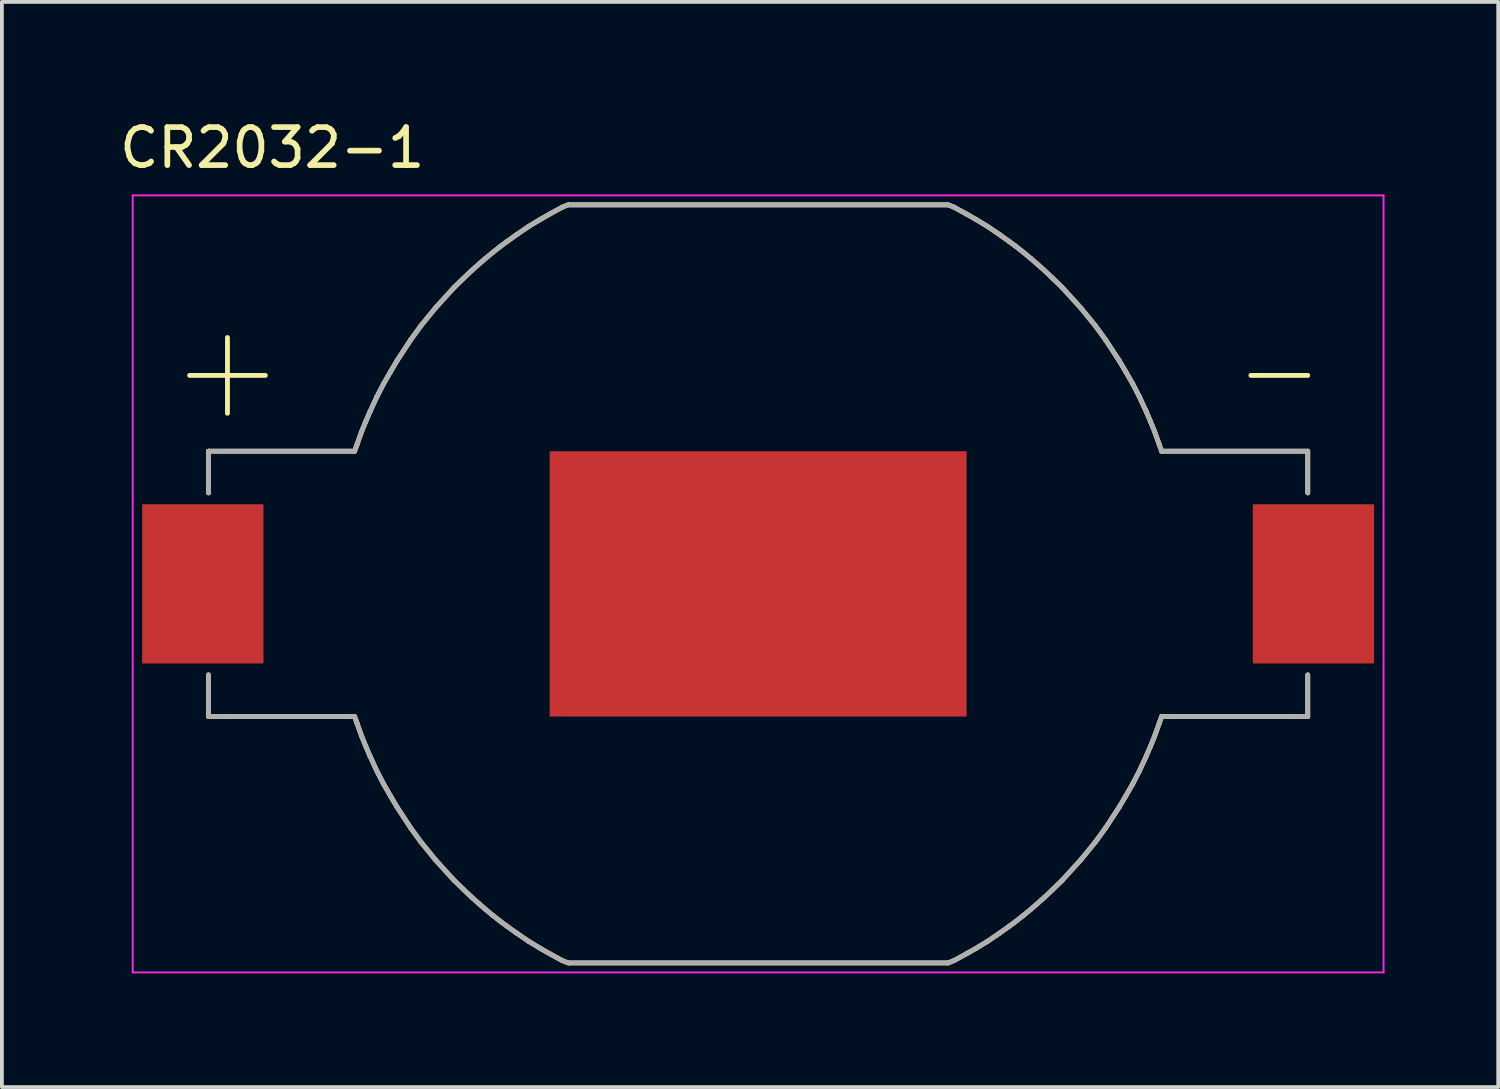
<source format=kicad_pcb>
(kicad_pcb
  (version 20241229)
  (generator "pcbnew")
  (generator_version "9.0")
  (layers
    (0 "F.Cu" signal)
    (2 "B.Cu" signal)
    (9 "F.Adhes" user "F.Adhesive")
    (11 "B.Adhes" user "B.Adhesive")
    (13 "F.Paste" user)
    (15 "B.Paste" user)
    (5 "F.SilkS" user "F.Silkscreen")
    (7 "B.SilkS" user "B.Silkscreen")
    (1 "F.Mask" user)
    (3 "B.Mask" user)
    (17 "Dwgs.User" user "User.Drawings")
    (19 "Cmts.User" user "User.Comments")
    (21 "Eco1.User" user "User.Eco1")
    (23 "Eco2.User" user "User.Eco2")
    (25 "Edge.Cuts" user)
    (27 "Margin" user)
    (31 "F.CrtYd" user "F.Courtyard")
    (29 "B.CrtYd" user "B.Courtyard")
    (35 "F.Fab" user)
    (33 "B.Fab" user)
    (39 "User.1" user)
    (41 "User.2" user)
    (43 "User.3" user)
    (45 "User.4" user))
  (footprint "CR2032-1"
    (layer "F.Cu")
    (at 16.951 12.354)
    (property "Reference" "CR2032-1" (at -12.819 -11.504 0) (layer "F.SilkS") (effects (font (size 1.002 1.002) (thickness 0.15))))
    (attr smd)
    (fp_poly (pts (xy -5.5 -3.5) (xy 5.5 -3.5) (xy 5.5 3.5) (xy -5.5 3.5)) (stroke (width 0.000009) (type solid)) (fill yes) (layer "F.Cu"))
    (fp_poly (pts (xy -5.6 -3.6) (xy 5.6 -3.6) (xy 5.6 3.6) (xy -5.6 3.6)) (stroke (width 0.000009) (type solid)) (fill yes) (layer "F.Mask"))
    (fp_line (start -15 -5.5) (end -13 -5.5) (stroke (width 0.127) (type solid)) (layer "F.SilkS"))
    (fp_line (start -14.5 -3.5) (end -10.645 -3.5) (stroke (width 0.127) (type solid)) (layer "F.SilkS"))
    (fp_line (start -14.5 -2.4) (end -14.5 -3.5) (stroke (width 0.127) (type solid)) (layer "F.SilkS"))
    (fp_line (start -14.5 2.4) (end -14.5 3.5) (stroke (width 0.127) (type solid)) (layer "F.SilkS"))
    (fp_line (start -14.5 3.5) (end -10.645 3.5) (stroke (width 0.127) (type solid)) (layer "F.SilkS"))
    (fp_line (start -14 -6.5) (end -14 -4.5) (stroke (width 0.127) (type solid)) (layer "F.SilkS"))
    (fp_line (start -10.645 -3.5) (end -10.581 -3.681) (stroke (width 0.127) (type solid)) (layer "F.SilkS"))
    (fp_line (start -10.645 3.5) (end -10.581 3.681) (stroke (width 0.127) (type solid)) (layer "F.SilkS"))
    (fp_line (start -10.581 -3.681) (end -10.458 -4.024) (stroke (width 0.127) (type solid)) (layer "F.SilkS"))
    (fp_line (start -10.581 3.681) (end -10.458 4.024) (stroke (width 0.127) (type solid)) (layer "F.SilkS"))
    (fp_line (start -10.458 -4.024) (end -10.35 -4.287) (stroke (width 0.127) (type solid)) (layer "F.SilkS"))
    (fp_line (start -10.458 4.024) (end -10.35 4.287) (stroke (width 0.127) (type solid)) (layer "F.SilkS"))
    (fp_line (start -10.35 -4.287) (end -10.242 -4.538) (stroke (width 0.127) (type solid)) (layer "F.SilkS"))
    (fp_line (start -10.35 4.287) (end -10.242 4.538) (stroke (width 0.127) (type solid)) (layer "F.SilkS"))
    (fp_line (start -10.242 -4.538) (end -10.058 -4.937) (stroke (width 0.127) (type solid)) (layer "F.SilkS"))
    (fp_line (start -10.242 4.538) (end -10.058 4.937) (stroke (width 0.127) (type solid)) (layer "F.SilkS"))
    (fp_line (start -10.058 -4.937) (end -9.88 -5.282) (stroke (width 0.127) (type solid)) (layer "F.SilkS"))
    (fp_line (start -10.058 4.937) (end -9.88 5.282) (stroke (width 0.127) (type solid)) (layer "F.SilkS"))
    (fp_line (start -9.88 -5.282) (end -9.7 -5.594) (stroke (width 0.127) (type solid)) (layer "F.SilkS"))
    (fp_line (start -9.88 5.282) (end -9.7 5.594) (stroke (width 0.127) (type solid)) (layer "F.SilkS"))
    (fp_line (start -9.7 -5.594) (end -9.524 -5.892) (stroke (width 0.127) (type solid)) (layer "F.SilkS"))
    (fp_line (start -9.7 5.594) (end -9.524 5.892) (stroke (width 0.127) (type solid)) (layer "F.SilkS"))
    (fp_line (start -9.524 -5.892) (end -9.168 -6.436) (stroke (width 0.127) (type solid)) (layer "F.SilkS"))
    (fp_line (start -9.524 5.892) (end -9.168 6.436) (stroke (width 0.127) (type solid)) (layer "F.SilkS"))
    (fp_line (start -9.168 -6.436) (end -8.897 -6.809) (stroke (width 0.127) (type solid)) (layer "F.SilkS"))
    (fp_line (start -9.168 6.436) (end -8.897 6.809) (stroke (width 0.127) (type solid)) (layer "F.SilkS"))
    (fp_line (start -8.897 -6.809) (end -8.516 -7.277) (stroke (width 0.127) (type solid)) (layer "F.SilkS"))
    (fp_line (start -8.897 6.809) (end -8.516 7.277) (stroke (width 0.127) (type solid)) (layer "F.SilkS"))
    (fp_line (start -8.516 -7.277) (end -8.022 -7.82) (stroke (width 0.127) (type solid)) (layer "F.SilkS"))
    (fp_line (start -8.516 7.277) (end -8.022 7.82) (stroke (width 0.127) (type solid)) (layer "F.SilkS"))
    (fp_line (start -8.022 -7.82) (end -7.774 -8.061) (stroke (width 0.127) (type solid)) (layer "F.SilkS"))
    (fp_line (start -8.022 7.82) (end -7.774 8.061) (stroke (width 0.127) (type solid)) (layer "F.SilkS"))
    (fp_line (start -7.774 -8.061) (end -7.55 -8.273) (stroke (width 0.127) (type solid)) (layer "F.SilkS"))
    (fp_line (start -7.774 8.061) (end -7.55 8.273) (stroke (width 0.127) (type solid)) (layer "F.SilkS"))
    (fp_line (start -7.55 -8.273) (end -7.354 -8.447) (stroke (width 0.127) (type solid)) (layer "F.SilkS"))
    (fp_line (start -7.55 8.273) (end -7.354 8.447) (stroke (width 0.127) (type solid)) (layer "F.SilkS"))
    (fp_line (start -7.354 -8.447) (end -7.193 -8.586) (stroke (width 0.127) (type solid)) (layer "F.SilkS"))
    (fp_line (start -7.354 8.447) (end -7.193 8.586) (stroke (width 0.127) (type solid)) (layer "F.SilkS"))
    (fp_line (start -7.193 -8.586) (end -7 -8.746) (stroke (width 0.127) (type solid)) (layer "F.SilkS"))
    (fp_line (start -7.193 8.586) (end -7 8.746) (stroke (width 0.127) (type solid)) (layer "F.SilkS"))
    (fp_line (start -7 -8.746) (end -6.779 -8.919) (stroke (width 0.127) (type solid)) (layer "F.SilkS"))
    (fp_line (start -7 8.746) (end -6.779 8.919) (stroke (width 0.127) (type solid)) (layer "F.SilkS"))
    (fp_line (start -6.779 -8.919) (end -6.628 -9.03) (stroke (width 0.127) (type solid)) (layer "F.SilkS"))
    (fp_line (start -6.779 8.919) (end -6.628 9.03) (stroke (width 0.127) (type solid)) (layer "F.SilkS"))
    (fp_line (start -6.628 -9.03) (end -6.375 -9.211) (stroke (width 0.127) (type solid)) (layer "F.SilkS"))
    (fp_line (start -6.628 9.03) (end -6.375 9.211) (stroke (width 0.127) (type solid)) (layer "F.SilkS"))
    (fp_line (start -6.375 -9.211) (end -6.049 -9.433) (stroke (width 0.127) (type solid)) (layer "F.SilkS"))
    (fp_line (start -6.375 9.211) (end -6.049 9.433) (stroke (width 0.127) (type solid)) (layer "F.SilkS"))
    (fp_line (start -6.049 -9.433) (end -5.741 -9.619) (stroke (width 0.127) (type solid)) (layer "F.SilkS"))
    (fp_line (start -6.049 9.433) (end -5.741 9.619) (stroke (width 0.127) (type solid)) (layer "F.SilkS"))
    (fp_line (start -5.741 -9.619) (end -5.497 -9.758) (stroke (width 0.127) (type solid)) (layer "F.SilkS"))
    (fp_line (start -5.741 9.619) (end -5.497 9.758) (stroke (width 0.127) (type solid)) (layer "F.SilkS"))
    (fp_line (start -5.497 -9.758) (end -5.166 -9.939) (stroke (width 0.127) (type solid)) (layer "F.SilkS"))
    (fp_line (start -5.497 9.758) (end -5.166 9.939) (stroke (width 0.127) (type solid)) (layer "F.SilkS"))
    (fp_line (start -5.166 -9.939) (end -5.013 -10) (stroke (width 0.127) (type solid)) (layer "F.SilkS"))
    (fp_line (start -5.166 9.939) (end -5.013 10) (stroke (width 0.127) (type solid)) (layer "F.SilkS"))
    (fp_line (start -5 -10) (end 5 -10) (stroke (width 0.127) (type solid)) (layer "F.SilkS"))
    (fp_line (start -5 10) (end 5 10) (stroke (width 0.127) (type solid)) (layer "F.SilkS"))
    (fp_line (start 5.166 -9.939) (end 5.013 -10) (stroke (width 0.127) (type solid)) (layer "F.SilkS"))
    (fp_line (start 5.166 9.939) (end 5.013 10) (stroke (width 0.127) (type solid)) (layer "F.SilkS"))
    (fp_line (start 5.497 -9.758) (end 5.166 -9.939) (stroke (width 0.127) (type solid)) (layer "F.SilkS"))
    (fp_line (start 5.497 9.758) (end 5.166 9.939) (stroke (width 0.127) (type solid)) (layer "F.SilkS"))
    (fp_line (start 5.741 -9.619) (end 5.497 -9.758) (stroke (width 0.127) (type solid)) (layer "F.SilkS"))
    (fp_line (start 5.741 9.619) (end 5.497 9.758) (stroke (width 0.127) (type solid)) (layer "F.SilkS"))
    (fp_line (start 6.049 -9.433) (end 5.741 -9.619) (stroke (width 0.127) (type solid)) (layer "F.SilkS"))
    (fp_line (start 6.049 9.433) (end 5.741 9.619) (stroke (width 0.127) (type solid)) (layer "F.SilkS"))
    (fp_line (start 6.375 -9.211) (end 6.049 -9.433) (stroke (width 0.127) (type solid)) (layer "F.SilkS"))
    (fp_line (start 6.375 9.211) (end 6.049 9.433) (stroke (width 0.127) (type solid)) (layer "F.SilkS"))
    (fp_line (start 6.628 -9.03) (end 6.375 -9.211) (stroke (width 0.127) (type solid)) (layer "F.SilkS"))
    (fp_line (start 6.628 9.03) (end 6.375 9.211) (stroke (width 0.127) (type solid)) (layer "F.SilkS"))
    (fp_line (start 6.779 -8.919) (end 6.628 -9.03) (stroke (width 0.127) (type solid)) (layer "F.SilkS"))
    (fp_line (start 6.779 8.919) (end 6.628 9.03) (stroke (width 0.127) (type solid)) (layer "F.SilkS"))
    (fp_line (start 7 -8.746) (end 6.779 -8.919) (stroke (width 0.127) (type solid)) (layer "F.SilkS"))
    (fp_line (start 7 8.746) (end 6.779 8.919) (stroke (width 0.127) (type solid)) (layer "F.SilkS"))
    (fp_line (start 7.193 -8.586) (end 7 -8.746) (stroke (width 0.127) (type solid)) (layer "F.SilkS"))
    (fp_line (start 7.193 8.586) (end 7 8.746) (stroke (width 0.127) (type solid)) (layer "F.SilkS"))
    (fp_line (start 7.354 -8.447) (end 7.193 -8.586) (stroke (width 0.127) (type solid)) (layer "F.SilkS"))
    (fp_line (start 7.354 8.447) (end 7.193 8.586) (stroke (width 0.127) (type solid)) (layer "F.SilkS"))
    (fp_line (start 7.55 -8.273) (end 7.354 -8.447) (stroke (width 0.127) (type solid)) (layer "F.SilkS"))
    (fp_line (start 7.55 8.273) (end 7.354 8.447) (stroke (width 0.127) (type solid)) (layer "F.SilkS"))
    (fp_line (start 7.774 -8.061) (end 7.55 -8.273) (stroke (width 0.127) (type solid)) (layer "F.SilkS"))
    (fp_line (start 7.774 8.061) (end 7.55 8.273) (stroke (width 0.127) (type solid)) (layer "F.SilkS"))
    (fp_line (start 8.022 -7.82) (end 7.774 -8.061) (stroke (width 0.127) (type solid)) (layer "F.SilkS"))
    (fp_line (start 8.022 7.82) (end 7.774 8.061) (stroke (width 0.127) (type solid)) (layer "F.SilkS"))
    (fp_line (start 8.516 -7.277) (end 8.022 -7.82) (stroke (width 0.127) (type solid)) (layer "F.SilkS"))
    (fp_line (start 8.516 7.277) (end 8.022 7.82) (stroke (width 0.127) (type solid)) (layer "F.SilkS"))
    (fp_line (start 8.897 -6.809) (end 8.516 -7.277) (stroke (width 0.127) (type solid)) (layer "F.SilkS"))
    (fp_line (start 8.897 6.809) (end 8.516 7.277) (stroke (width 0.127) (type solid)) (layer "F.SilkS"))
    (fp_line (start 9.168 -6.436) (end 8.897 -6.809) (stroke (width 0.127) (type solid)) (layer "F.SilkS"))
    (fp_line (start 9.168 6.436) (end 8.897 6.809) (stroke (width 0.127) (type solid)) (layer "F.SilkS"))
    (fp_line (start 9.524 -5.892) (end 9.168 -6.436) (stroke (width 0.127) (type solid)) (layer "F.SilkS"))
    (fp_line (start 9.524 5.892) (end 9.168 6.436) (stroke (width 0.127) (type solid)) (layer "F.SilkS"))
    (fp_line (start 9.7 -5.594) (end 9.524 -5.892) (stroke (width 0.127) (type solid)) (layer "F.SilkS"))
    (fp_line (start 9.7 5.594) (end 9.524 5.892) (stroke (width 0.127) (type solid)) (layer "F.SilkS"))
    (fp_line (start 9.88 -5.282) (end 9.7 -5.594) (stroke (width 0.127) (type solid)) (layer "F.SilkS"))
    (fp_line (start 9.88 5.282) (end 9.7 5.594) (stroke (width 0.127) (type solid)) (layer "F.SilkS"))
    (fp_line (start 10.058 -4.937) (end 9.88 -5.282) (stroke (width 0.127) (type solid)) (layer "F.SilkS"))
    (fp_line (start 10.058 4.937) (end 9.88 5.282) (stroke (width 0.127) (type solid)) (layer "F.SilkS"))
    (fp_line (start 10.242 -4.538) (end 10.058 -4.937) (stroke (width 0.127) (type solid)) (layer "F.SilkS"))
    (fp_line (start 10.242 4.538) (end 10.058 4.937) (stroke (width 0.127) (type solid)) (layer "F.SilkS"))
    (fp_line (start 10.35 -4.287) (end 10.242 -4.538) (stroke (width 0.127) (type solid)) (layer "F.SilkS"))
    (fp_line (start 10.35 4.287) (end 10.242 4.538) (stroke (width 0.127) (type solid)) (layer "F.SilkS"))
    (fp_line (start 10.458 -4.024) (end 10.35 -4.287) (stroke (width 0.127) (type solid)) (layer "F.SilkS"))
    (fp_line (start 10.458 4.024) (end 10.35 4.287) (stroke (width 0.127) (type solid)) (layer "F.SilkS"))
    (fp_line (start 10.581 -3.681) (end 10.458 -4.024) (stroke (width 0.127) (type solid)) (layer "F.SilkS"))
    (fp_line (start 10.581 3.681) (end 10.458 4.024) (stroke (width 0.127) (type solid)) (layer "F.SilkS"))
    (fp_line (start 10.645 -3.5) (end 10.581 -3.681) (stroke (width 0.127) (type solid)) (layer "F.SilkS"))
    (fp_line (start 10.645 3.5) (end 10.581 3.681) (stroke (width 0.127) (type solid)) (layer "F.SilkS"))
    (fp_line (start 13 -5.5) (end 14.5 -5.5) (stroke (width 0.127) (type solid)) (layer "F.SilkS"))
    (fp_line (start 14.5 -3.5) (end 10.645 -3.5) (stroke (width 0.127) (type solid)) (layer "F.SilkS"))
    (fp_line (start 14.5 -2.4) (end 14.5 -3.5) (stroke (width 0.127) (type solid)) (layer "F.SilkS"))
    (fp_line (start 14.5 2.4) (end 14.5 3.5) (stroke (width 0.127) (type solid)) (layer "F.SilkS"))
    (fp_line (start 14.5 3.5) (end 10.645 3.5) (stroke (width 0.127) (type solid)) (layer "F.SilkS"))
    (fp_line (start -16.5 -10.25) (end -16.5 10.25) (stroke (width 0.05) (type solid)) (layer "F.CrtYd"))
    (fp_line (start -16.5 10.25) (end 16.5 10.25) (stroke (width 0.05) (type solid)) (layer "F.CrtYd"))
    (fp_line (start 16.5 -10.25) (end -16.5 -10.25) (stroke (width 0.05) (type solid)) (layer "F.CrtYd"))
    (fp_line (start 16.5 10.25) (end 16.5 -10.25) (stroke (width 0.05) (type solid)) (layer "F.CrtYd"))
    (fp_line (start -14.5 -3.5) (end -10.645 -3.5) (stroke (width 0.127) (type solid)) (layer "F.Fab"))
    (fp_line (start -14.5 -2.4) (end -14.5 -3.5) (stroke (width 0.127) (type solid)) (layer "F.Fab"))
    (fp_line (start -14.5 2.4) (end -14.5 3.5) (stroke (width 0.127) (type solid)) (layer "F.Fab"))
    (fp_line (start -14.5 3.5) (end -10.645 3.5) (stroke (width 0.127) (type solid)) (layer "F.Fab"))
    (fp_line (start -10.645 -3.5) (end -10.581 -3.681) (stroke (width 0.127) (type solid)) (layer "F.Fab"))
    (fp_line (start -10.645 3.5) (end -10.581 3.681) (stroke (width 0.127) (type solid)) (layer "F.Fab"))
    (fp_line (start -10.581 -3.681) (end -10.458 -4.024) (stroke (width 0.127) (type solid)) (layer "F.Fab"))
    (fp_line (start -10.581 3.681) (end -10.458 4.024) (stroke (width 0.127) (type solid)) (layer "F.Fab"))
    (fp_line (start -10.458 -4.024) (end -10.35 -4.287) (stroke (width 0.127) (type solid)) (layer "F.Fab"))
    (fp_line (start -10.458 4.024) (end -10.35 4.287) (stroke (width 0.127) (type solid)) (layer "F.Fab"))
    (fp_line (start -10.35 -4.287) (end -10.242 -4.538) (stroke (width 0.127) (type solid)) (layer "F.Fab"))
    (fp_line (start -10.35 4.287) (end -10.242 4.538) (stroke (width 0.127) (type solid)) (layer "F.Fab"))
    (fp_line (start -10.242 -4.538) (end -10.058 -4.937) (stroke (width 0.127) (type solid)) (layer "F.Fab"))
    (fp_line (start -10.242 4.538) (end -10.058 4.937) (stroke (width 0.127) (type solid)) (layer "F.Fab"))
    (fp_line (start -10.058 -4.937) (end -9.88 -5.282) (stroke (width 0.127) (type solid)) (layer "F.Fab"))
    (fp_line (start -10.058 4.937) (end -9.88 5.282) (stroke (width 0.127) (type solid)) (layer "F.Fab"))
    (fp_line (start -9.88 -5.282) (end -9.7 -5.594) (stroke (width 0.127) (type solid)) (layer "F.Fab"))
    (fp_line (start -9.88 5.282) (end -9.7 5.594) (stroke (width 0.127) (type solid)) (layer "F.Fab"))
    (fp_line (start -9.7 -5.594) (end -9.524 -5.892) (stroke (width 0.127) (type solid)) (layer "F.Fab"))
    (fp_line (start -9.7 5.594) (end -9.524 5.892) (stroke (width 0.127) (type solid)) (layer "F.Fab"))
    (fp_line (start -9.524 -5.892) (end -9.168 -6.436) (stroke (width 0.127) (type solid)) (layer "F.Fab"))
    (fp_line (start -9.524 5.892) (end -9.168 6.436) (stroke (width 0.127) (type solid)) (layer "F.Fab"))
    (fp_line (start -9.168 -6.436) (end -8.897 -6.809) (stroke (width 0.127) (type solid)) (layer "F.Fab"))
    (fp_line (start -9.168 6.436) (end -8.897 6.809) (stroke (width 0.127) (type solid)) (layer "F.Fab"))
    (fp_line (start -8.897 -6.809) (end -8.516 -7.277) (stroke (width 0.127) (type solid)) (layer "F.Fab"))
    (fp_line (start -8.897 6.809) (end -8.516 7.277) (stroke (width 0.127) (type solid)) (layer "F.Fab"))
    (fp_line (start -8.516 -7.277) (end -8.022 -7.82) (stroke (width 0.127) (type solid)) (layer "F.Fab"))
    (fp_line (start -8.516 7.277) (end -8.022 7.82) (stroke (width 0.127) (type solid)) (layer "F.Fab"))
    (fp_line (start -8.022 -7.82) (end -7.774 -8.061) (stroke (width 0.127) (type solid)) (layer "F.Fab"))
    (fp_line (start -8.022 7.82) (end -7.774 8.061) (stroke (width 0.127) (type solid)) (layer "F.Fab"))
    (fp_line (start -7.774 -8.061) (end -7.55 -8.273) (stroke (width 0.127) (type solid)) (layer "F.Fab"))
    (fp_line (start -7.774 8.061) (end -7.55 8.273) (stroke (width 0.127) (type solid)) (layer "F.Fab"))
    (fp_line (start -7.55 -8.273) (end -7.354 -8.447) (stroke (width 0.127) (type solid)) (layer "F.Fab"))
    (fp_line (start -7.55 8.273) (end -7.354 8.447) (stroke (width 0.127) (type solid)) (layer "F.Fab"))
    (fp_line (start -7.354 -8.447) (end -7.193 -8.586) (stroke (width 0.127) (type solid)) (layer "F.Fab"))
    (fp_line (start -7.354 8.447) (end -7.193 8.586) (stroke (width 0.127) (type solid)) (layer "F.Fab"))
    (fp_line (start -7.193 -8.586) (end -7 -8.746) (stroke (width 0.127) (type solid)) (layer "F.Fab"))
    (fp_line (start -7.193 8.586) (end -7 8.746) (stroke (width 0.127) (type solid)) (layer "F.Fab"))
    (fp_line (start -7 -8.746) (end -6.779 -8.919) (stroke (width 0.127) (type solid)) (layer "F.Fab"))
    (fp_line (start -7 8.746) (end -6.779 8.919) (stroke (width 0.127) (type solid)) (layer "F.Fab"))
    (fp_line (start -6.779 -8.919) (end -6.628 -9.03) (stroke (width 0.127) (type solid)) (layer "F.Fab"))
    (fp_line (start -6.779 8.919) (end -6.628 9.03) (stroke (width 0.127) (type solid)) (layer "F.Fab"))
    (fp_line (start -6.628 -9.03) (end -6.375 -9.211) (stroke (width 0.127) (type solid)) (layer "F.Fab"))
    (fp_line (start -6.628 9.03) (end -6.375 9.211) (stroke (width 0.127) (type solid)) (layer "F.Fab"))
    (fp_line (start -6.375 -9.211) (end -6.049 -9.433) (stroke (width 0.127) (type solid)) (layer "F.Fab"))
    (fp_line (start -6.375 9.211) (end -6.049 9.433) (stroke (width 0.127) (type solid)) (layer "F.Fab"))
    (fp_line (start -6.049 -9.433) (end -5.741 -9.619) (stroke (width 0.127) (type solid)) (layer "F.Fab"))
    (fp_line (start -6.049 9.433) (end -5.741 9.619) (stroke (width 0.127) (type solid)) (layer "F.Fab"))
    (fp_line (start -5.741 -9.619) (end -5.497 -9.758) (stroke (width 0.127) (type solid)) (layer "F.Fab"))
    (fp_line (start -5.741 9.619) (end -5.497 9.758) (stroke (width 0.127) (type solid)) (layer "F.Fab"))
    (fp_line (start -5.497 -9.758) (end -5.166 -9.939) (stroke (width 0.127) (type solid)) (layer "F.Fab"))
    (fp_line (start -5.497 9.758) (end -5.166 9.939) (stroke (width 0.127) (type solid)) (layer "F.Fab"))
    (fp_line (start -5.166 -9.939) (end -5.013 -10) (stroke (width 0.127) (type solid)) (layer "F.Fab"))
    (fp_line (start -5.166 9.939) (end -5.013 10) (stroke (width 0.127) (type solid)) (layer "F.Fab"))
    (fp_line (start -5 -10) (end 5 -10) (stroke (width 0.127) (type solid)) (layer "F.Fab"))
    (fp_line (start -5 10) (end 5 10) (stroke (width 0.127) (type solid)) (layer "F.Fab"))
    (fp_line (start 5.166 -9.939) (end 5.013 -10) (stroke (width 0.127) (type solid)) (layer "F.Fab"))
    (fp_line (start 5.166 9.939) (end 5.013 10) (stroke (width 0.127) (type solid)) (layer "F.Fab"))
    (fp_line (start 5.497 -9.758) (end 5.166 -9.939) (stroke (width 0.127) (type solid)) (layer "F.Fab"))
    (fp_line (start 5.497 9.758) (end 5.166 9.939) (stroke (width 0.127) (type solid)) (layer "F.Fab"))
    (fp_line (start 5.741 -9.619) (end 5.497 -9.758) (stroke (width 0.127) (type solid)) (layer "F.Fab"))
    (fp_line (start 5.741 9.619) (end 5.497 9.758) (stroke (width 0.127) (type solid)) (layer "F.Fab"))
    (fp_line (start 6.049 -9.433) (end 5.741 -9.619) (stroke (width 0.127) (type solid)) (layer "F.Fab"))
    (fp_line (start 6.049 9.433) (end 5.741 9.619) (stroke (width 0.127) (type solid)) (layer "F.Fab"))
    (fp_line (start 6.375 -9.211) (end 6.049 -9.433) (stroke (width 0.127) (type solid)) (layer "F.Fab"))
    (fp_line (start 6.375 9.211) (end 6.049 9.433) (stroke (width 0.127) (type solid)) (layer "F.Fab"))
    (fp_line (start 6.628 -9.03) (end 6.375 -9.211) (stroke (width 0.127) (type solid)) (layer "F.Fab"))
    (fp_line (start 6.628 9.03) (end 6.375 9.211) (stroke (width 0.127) (type solid)) (layer "F.Fab"))
    (fp_line (start 6.779 -8.919) (end 6.628 -9.03) (stroke (width 0.127) (type solid)) (layer "F.Fab"))
    (fp_line (start 6.779 8.919) (end 6.628 9.03) (stroke (width 0.127) (type solid)) (layer "F.Fab"))
    (fp_line (start 7 -8.746) (end 6.779 -8.919) (stroke (width 0.127) (type solid)) (layer "F.Fab"))
    (fp_line (start 7 8.746) (end 6.779 8.919) (stroke (width 0.127) (type solid)) (layer "F.Fab"))
    (fp_line (start 7.193 -8.586) (end 7 -8.746) (stroke (width 0.127) (type solid)) (layer "F.Fab"))
    (fp_line (start 7.193 8.586) (end 7 8.746) (stroke (width 0.127) (type solid)) (layer "F.Fab"))
    (fp_line (start 7.354 -8.447) (end 7.193 -8.586) (stroke (width 0.127) (type solid)) (layer "F.Fab"))
    (fp_line (start 7.354 8.447) (end 7.193 8.586) (stroke (width 0.127) (type solid)) (layer "F.Fab"))
    (fp_line (start 7.55 -8.273) (end 7.354 -8.447) (stroke (width 0.127) (type solid)) (layer "F.Fab"))
    (fp_line (start 7.55 8.273) (end 7.354 8.447) (stroke (width 0.127) (type solid)) (layer "F.Fab"))
    (fp_line (start 7.774 -8.061) (end 7.55 -8.273) (stroke (width 0.127) (type solid)) (layer "F.Fab"))
    (fp_line (start 7.774 8.061) (end 7.55 8.273) (stroke (width 0.127) (type solid)) (layer "F.Fab"))
    (fp_line (start 8.022 -7.82) (end 7.774 -8.061) (stroke (width 0.127) (type solid)) (layer "F.Fab"))
    (fp_line (start 8.022 7.82) (end 7.774 8.061) (stroke (width 0.127) (type solid)) (layer "F.Fab"))
    (fp_line (start 8.516 -7.277) (end 8.022 -7.82) (stroke (width 0.127) (type solid)) (layer "F.Fab"))
    (fp_line (start 8.516 7.277) (end 8.022 7.82) (stroke (width 0.127) (type solid)) (layer "F.Fab"))
    (fp_line (start 8.897 -6.809) (end 8.516 -7.277) (stroke (width 0.127) (type solid)) (layer "F.Fab"))
    (fp_line (start 8.897 6.809) (end 8.516 7.277) (stroke (width 0.127) (type solid)) (layer "F.Fab"))
    (fp_line (start 9.168 -6.436) (end 8.897 -6.809) (stroke (width 0.127) (type solid)) (layer "F.Fab"))
    (fp_line (start 9.168 6.436) (end 8.897 6.809) (stroke (width 0.127) (type solid)) (layer "F.Fab"))
    (fp_line (start 9.524 -5.892) (end 9.168 -6.436) (stroke (width 0.127) (type solid)) (layer "F.Fab"))
    (fp_line (start 9.524 5.892) (end 9.168 6.436) (stroke (width 0.127) (type solid)) (layer "F.Fab"))
    (fp_line (start 9.7 -5.594) (end 9.524 -5.892) (stroke (width 0.127) (type solid)) (layer "F.Fab"))
    (fp_line (start 9.7 5.594) (end 9.524 5.892) (stroke (width 0.127) (type solid)) (layer "F.Fab"))
    (fp_line (start 9.88 -5.282) (end 9.7 -5.594) (stroke (width 0.127) (type solid)) (layer "F.Fab"))
    (fp_line (start 9.88 5.282) (end 9.7 5.594) (stroke (width 0.127) (type solid)) (layer "F.Fab"))
    (fp_line (start 10.058 -4.937) (end 9.88 -5.282) (stroke (width 0.127) (type solid)) (layer "F.Fab"))
    (fp_line (start 10.058 4.937) (end 9.88 5.282) (stroke (width 0.127) (type solid)) (layer "F.Fab"))
    (fp_line (start 10.242 -4.538) (end 10.058 -4.937) (stroke (width 0.127) (type solid)) (layer "F.Fab"))
    (fp_line (start 10.242 4.538) (end 10.058 4.937) (stroke (width 0.127) (type solid)) (layer "F.Fab"))
    (fp_line (start 10.35 -4.287) (end 10.242 -4.538) (stroke (width 0.127) (type solid)) (layer "F.Fab"))
    (fp_line (start 10.35 4.287) (end 10.242 4.538) (stroke (width 0.127) (type solid)) (layer "F.Fab"))
    (fp_line (start 10.458 -4.024) (end 10.35 -4.287) (stroke (width 0.127) (type solid)) (layer "F.Fab"))
    (fp_line (start 10.458 4.024) (end 10.35 4.287) (stroke (width 0.127) (type solid)) (layer "F.Fab"))
    (fp_line (start 10.581 -3.681) (end 10.458 -4.024) (stroke (width 0.127) (type solid)) (layer "F.Fab"))
    (fp_line (start 10.581 3.681) (end 10.458 4.024) (stroke (width 0.127) (type solid)) (layer "F.Fab"))
    (fp_line (start 10.645 -3.5) (end 10.581 -3.681) (stroke (width 0.127) (type solid)) (layer "F.Fab"))
    (fp_line (start 10.645 3.5) (end 10.581 3.681) (stroke (width 0.127) (type solid)) (layer "F.Fab"))
    (fp_line (start 14.5 -3.5) (end 10.645 -3.5) (stroke (width 0.127) (type solid)) (layer "F.Fab"))
    (fp_line (start 14.5 -2.4) (end 14.5 -3.5) (stroke (width 0.127) (type solid)) (layer "F.Fab"))
    (fp_line (start 14.5 2.4) (end 14.5 3.5) (stroke (width 0.127) (type solid)) (layer "F.Fab"))
    (fp_line (start 14.5 3.5) (end 10.645 3.5) (stroke (width 0.127) (type solid)) (layer "F.Fab"))
    (pad "+" smd rect (at -14.65 0) (size 3.2 4.2) (layers "F.Cu" "F.Mask" "F.Paste"))
    (pad "-" smd rect (at 14.65 0) (size 3.2 4.2) (layers "F.Cu" "F.Mask" "F.Paste")))
  (gr_rect
    (start -3 -3)
    (end 36.476 25.629)
    (stroke (width 0.1) (type default))
    (fill no)
    (layer "Edge.Cuts")))
</source>
